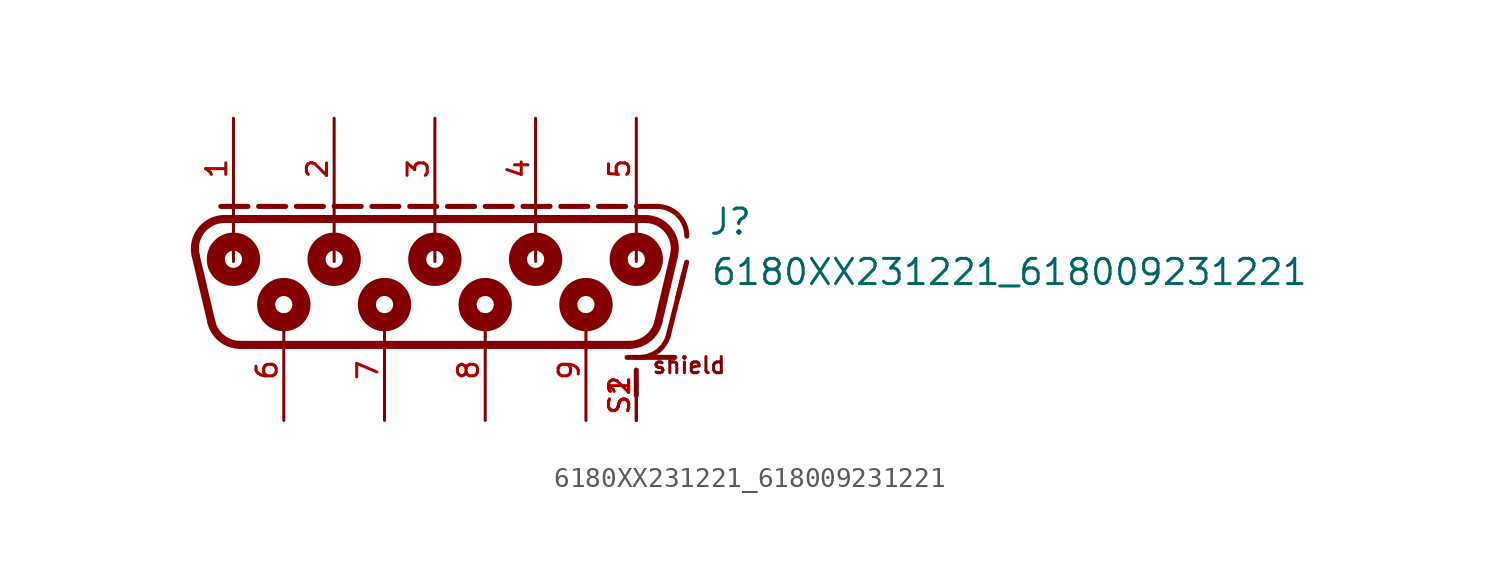
<source format=kicad_sym>
(kicad_symbol_lib
  (version 20211014)
  (generator kicad_symbol_editor)
  (symbol "6180XX231221_618009231221"
    (pin_names
      (offset 1.016))
    (property "Reference" "J"
      (at 13.78 1.66 0)
      (effects (font (size 1.27 1.27)) (justify bottom left)))
    (property "Value" "6180XX231221_618009231221"
      (at 13.88 -0.88 0)
      (effects (font (size 1.27 1.27)) (justify bottom left)))
    (symbol "6180XX231221_618009231221_0_0"
      (polyline (pts (xy -10.604 2.54) (xy 10.604 2.54)) (stroke (width 0.406)))
      (arc (start 12.0642 0.695166) (mid 11.7783 1.9738) (end 10.6044 2.54) (stroke (width 0.4064) (type default) (color 0 0 0 0)) (fill (type none)))
      (polyline (pts (xy 12.064 0.695) (xy 11.273 -2.655)) (stroke (width 0.406)))
      (arc (start 9.81305 -3.81) (mid 10.7409 -3.4886) (end 11.2729 -2.65484) (stroke (width 0.4064) (type default) (color 0 0 0 0)) (fill (type none)))
      (polyline (pts (xy 9.813 -3.81) (xy -9.813 -3.81)) (stroke (width 0.406)))
      (arc (start -12.0642 0.695166) (mid -11.7783 1.9738) (end -10.6044 2.54) (stroke (width 0.4064) (type default) (color 0 0 0 0)) (fill (type none)))
      (arc (start -11.2729 -2.65484) (mid -10.7468 -3.4839) (end -9.81305 -3.81) (stroke (width 0.4064) (type default) (color 0 0 0 0)) (fill (type none)))
      (polyline (pts (xy -11.273 -2.655) (xy -12.064 0.695)) (stroke (width 0.406)))
      (arc (start 12.7 1.675) (mid 12.2607 2.7357) (end 11.2 3.175) (stroke (width 0.254) (type default) (color 0 0 0 0)) (fill (type none)))
      (arc (start 11.7841 -3.3038) (mid 11.2523 -4.122) (end 10.3288 -4.44) (stroke (width 0.254) (type default) (color 0 0 0 0)) (fill (type none)))
      (polyline (pts (xy -10.16 2.58) (xy -10.16 0.4)) (stroke (width 0.152)))
      (polyline (pts (xy -5.08 2.58) (xy -5.08 0.4)) (stroke (width 0.152)))
      (polyline (pts (xy 0.0 2.58) (xy 0.0 0.4)) (stroke (width 0.152)))
      (polyline (pts (xy 5.08 2.58) (xy 5.08 0.4)) (stroke (width 0.152)))
      (polyline (pts (xy 10.16 2.58) (xy 10.16 0.4)) (stroke (width 0.152)))
      (text "shield" (at 10.9 -5.32 0) (effects (font (size 0.813 0.813)) (justify bottom left)))
      (circle (center 10.16 0.508) (radius 0.762) (stroke (width 0.254)) (fill (type none)))
      (circle (center 5.08 0.508) (radius 0.762) (stroke (width 0.254)) (fill (type none)))
      (circle (center 0.0 0.508) (radius 0.762) (stroke (width 0.254)) (fill (type none)))
      (circle (center -5.08 0.508) (radius 0.762) (stroke (width 0.254)) (fill (type none)))
      (circle (center -10.16 0.508) (radius 0.762) (stroke (width 0.254)) (fill (type none)))
      (circle (center 7.62 -1.778) (radius 0.762) (stroke (width 0.254)) (fill (type none)))
      (circle (center 2.54 -1.778) (radius 0.762) (stroke (width 0.254)) (fill (type none)))
      (circle (center -2.54 -1.778) (radius 0.762) (stroke (width 0.254)) (fill (type none)))
      (circle (center -7.62 -1.778) (radius 0.762) (stroke (width 0.254)) (fill (type none)))
      (circle (center 10.16 0.508) (radius 0.432) (stroke (width 0.914)) (fill (type none)))
      (circle (center 5.08 0.508) (radius 0.432) (stroke (width 0.914)) (fill (type none)))
      (circle (center 0.0 0.508) (radius 0.432) (stroke (width 0.914)) (fill (type none)))
      (circle (center -5.08 0.508) (radius 0.432) (stroke (width 0.914)) (fill (type none)))
      (circle (center -10.16 0.508) (radius 0.432) (stroke (width 0.914)) (fill (type none)))
      (circle (center -7.62 -1.778) (radius 0.432) (stroke (width 0.914)) (fill (type none)))
      (circle (center -2.54 -1.778) (radius 0.432) (stroke (width 0.914)) (fill (type none)))
      (circle (center 2.54 -1.778) (radius 0.432) (stroke (width 0.914)) (fill (type none)))
      (circle (center 7.62 -1.778) (radius 0.432) (stroke (width 0.914)) (fill (type none)))
      (polyline (pts (xy -10.795 3.175) (xy -9.43 3.175)) (stroke (width 0.254)))
      (polyline (pts (xy -8.89 3.175) (xy -7.525 3.175)) (stroke (width 0.254)))
      (polyline (pts (xy -6.985 3.175) (xy -5.62 3.175)) (stroke (width 0.254)))
      (polyline (pts (xy -5.08 3.175) (xy -3.715 3.175)) (stroke (width 0.254)))
      (polyline (pts (xy -3.175 3.175) (xy -1.81 3.175)) (stroke (width 0.254)))
      (polyline (pts (xy -1.27 3.175) (xy 0.095 3.175)) (stroke (width 0.254)))
      (polyline (pts (xy 0.635 3.175) (xy 2 3.175)) (stroke (width 0.254)))
      (polyline (pts (xy 2.54 3.175) (xy 3.905 3.175)) (stroke (width 0.254)))
      (polyline (pts (xy 4.445 3.175) (xy 5.81 3.175)) (stroke (width 0.254)))
      (polyline (pts (xy 6.35 3.175) (xy 7.715 3.175)) (stroke (width 0.254)))
      (polyline (pts (xy 8.255 3.175) (xy 9.62 3.175)) (stroke (width 0.254)))
      (polyline (pts (xy 10.16 3.175) (xy 11.2 3.175)) (stroke (width 0.254)))
      (polyline (pts (xy 10.16 -4.445) (xy 10.16 -4.445)) (stroke (width 0.254)))
      (polyline (pts (xy 10.16 -6.35) (xy 10.16 -5.08)) (stroke (width 0.254)))
      (polyline (pts (xy 10.2 -4.44) (xy 9.694 -4.44)) (stroke (width 0.254)))
      (polyline (pts (xy 12.105 -4.44) (xy 10.329 -4.44)) (stroke (width 0.254)))
      (polyline (pts (xy 11.784 -3.304) (xy 12.546 -0.256)) (stroke (width 0.254)))
      (polyline (pts (xy 12.246 -1.456) (xy 12.7 0.36)) (stroke (width 0.254)))
      (pin bidirectional line (at -10.16 7.62 270.0) (length 5.08) (name "~" (effects (font (size 1.016 1.016)))) (number "1" (effects (font (size 1.016 1.016)))))
      (pin bidirectional line (at -5.08 7.62 270.0) (length 5.08) (name "~" (effects (font (size 1.016 1.016)))) (number "2" (effects (font (size 1.016 1.016)))))
      (pin bidirectional line (at 0.0 7.62 270.0) (length 5.08) (name "~" (effects (font (size 1.016 1.016)))) (number "3" (effects (font (size 1.016 1.016)))))
      (pin bidirectional line (at 5.08 7.62 270.0) (length 5.08) (name "~" (effects (font (size 1.016 1.016)))) (number "4" (effects (font (size 1.016 1.016)))))
      (pin bidirectional line (at 10.16 7.62 270.0) (length 5.08) (name "~" (effects (font (size 1.016 1.016)))) (number "5" (effects (font (size 1.016 1.016)))))
      (pin bidirectional line (at -7.62 -7.62 90.0) (length 5.08) (name "~" (effects (font (size 1.016 1.016)))) (number "6" (effects (font (size 1.016 1.016)))))
      (pin bidirectional line (at -2.54 -7.62 90.0) (length 5.08) (name "~" (effects (font (size 1.016 1.016)))) (number "7" (effects (font (size 1.016 1.016)))))
      (pin bidirectional line (at 2.54 -7.62 90.0) (length 5.08) (name "~" (effects (font (size 1.016 1.016)))) (number "8" (effects (font (size 1.016 1.016)))))
      (pin bidirectional line (at 7.62 -7.62 90.0) (length 5.08) (name "~" (effects (font (size 1.016 1.016)))) (number "9" (effects (font (size 1.016 1.016)))))
      (pin bidirectional line (at 10.16 -7.62 90.0) (length 2.54) (name "~" (effects (font (size 1.016 1.016)))) (number "S1" (effects (font (size 1.016 1.016)))))
      (pin bidirectional line (at 10.16 -7.62 90.0) (length 2.54) (name "~" (effects (font (size 1.016 1.016)))) (number "S2" (effects (font (size 1.016 1.016))))))))
</source>
